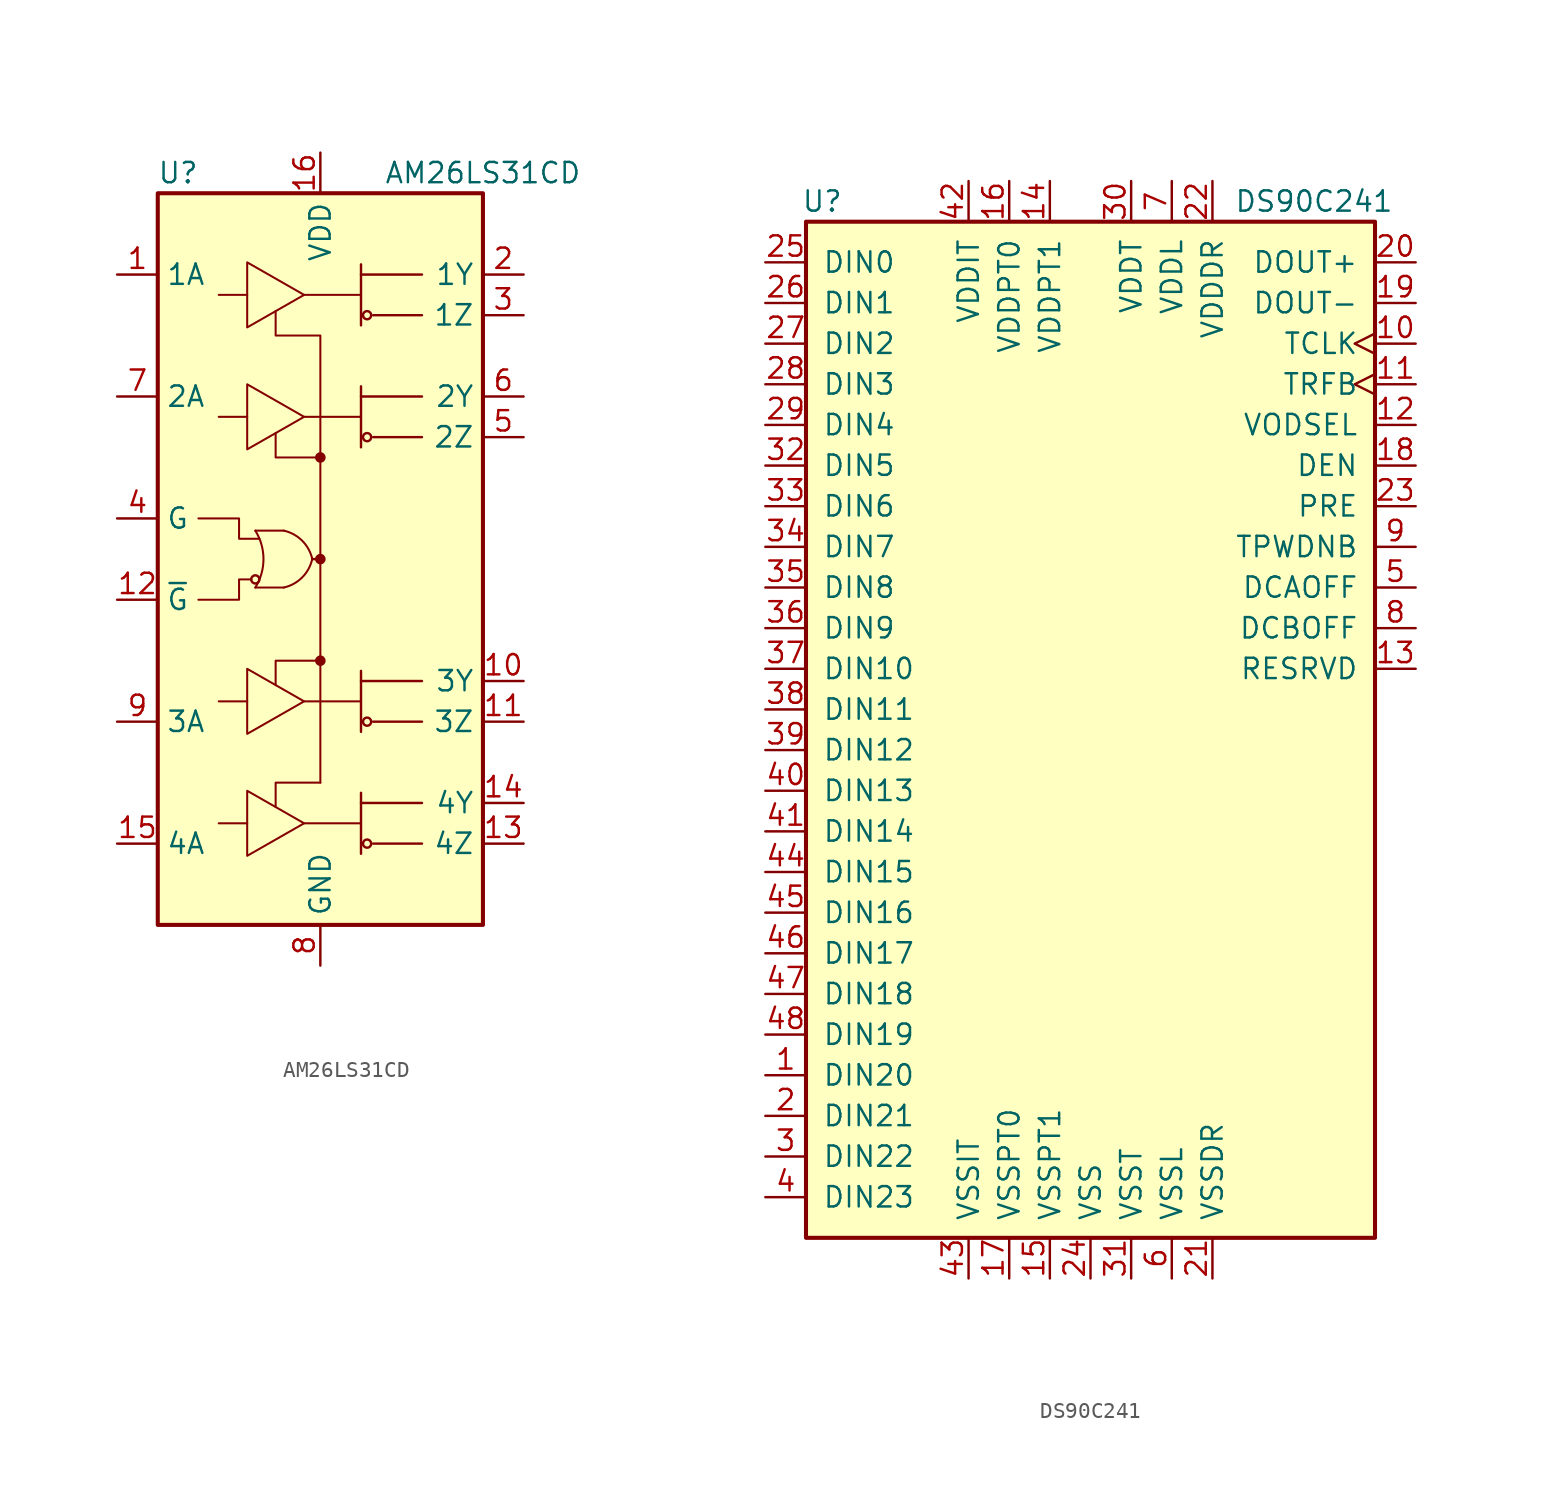
<source format=kicad_sym>
(kicad_symbol_lib
  (version 20241209)
  (generator "kicad_symbol_editor")
  (generator_version "9.0")
  (symbol "AM26LS31CD"
    (property "Reference" "U"
      (at -8.89 24.13 0)
      (effects (font (size 1.27 1.27))))
    (property "Value" "AM26LS31CD"
      (at 10.16 24.13 0)
      (effects (font (size 1.27 1.27))))
    (symbol "AM26LS31CD_0_1"
      (rectangle (start -10.16 22.86) (end 10.16 -22.86) (stroke (width 0.254) (type default)) (fill (type background)))
      (polyline (pts (xy -7.62 2.54) (xy -5.08 2.54) (xy -5.08 1.27) (xy -3.81 1.27)) (stroke (width 0.127) (type default)) (fill (type none)))
      (arc (start -4.064 1.778) (mid -3.5541 0) (end -4.064 -1.778) (stroke (width 0.127) (type default)) (fill (type none)))
      (polyline (pts (xy -4.572 18.542) (xy -4.572 14.478) (xy -1.016 16.51) (xy -4.572 18.542)) (stroke (width 0.127) (type default)) (fill (type none)))
      (polyline (pts (xy -4.318 -1.27) (xy -5.08 -1.27) (xy -5.08 -2.54) (xy -7.62 -2.54)) (stroke (width 0.127) (type default)) (fill (type none)))
      (circle (center -4.064 -1.27) (radius 0.254) (stroke (width 0) (type default)) (fill (type none)))
      (polyline (pts (xy -4.064 -1.778) (xy -2.286 -1.778)) (stroke (width 0.127) (type default)) (fill (type none)))
      (arc (start -0.508 0) (mid -1.1381 -1.1479) (end -2.286 -1.778) (stroke (width 0.127) (type default)) (fill (type none)))
      (arc (start -2.286 1.778) (mid -1.1381 1.1479) (end -0.508 0) (stroke (width 0.127) (type default)) (fill (type none)))
      (polyline (pts (xy -2.286 1.778) (xy -4.064 1.778)) (stroke (width 0.127) (type default)) (fill (type none)))
      (polyline (pts (xy -1.016 16.51) (xy 2.54 16.51)) (stroke (width 0.127) (type default)) (fill (type none)))
      (polyline (pts (xy -1.016 8.89) (xy 2.54 8.89)) (stroke (width 0.127) (type default)) (fill (type none)))
      (polyline (pts (xy -1.016 -8.89) (xy 2.54 -8.89)) (stroke (width 0.127) (type default)) (fill (type none)))
      (polyline (pts (xy -1.016 -16.51) (xy 2.54 -16.51)) (stroke (width 0.127) (type default)) (fill (type none)))
      (polyline (pts (xy -0.508 0) (xy 0 0)) (stroke (width 0) (type default)) (fill (type none)))
      (circle (center 0 6.35) (radius 0.254) (stroke (width 0) (type default)) (fill (type outline)))
      (polyline (pts (xy 0 6.35) (xy 0 0)) (stroke (width 0.127) (type default)) (fill (type none)))
      (polyline (pts (xy 0 6.35) (xy -2.794 6.35) (xy -2.794 7.874)) (stroke (width 0.127) (type default)) (fill (type none)))
      (polyline (pts (xy 0 6.35) (xy 0 13.97) (xy -2.794 13.97) (xy -2.794 15.494)) (stroke (width 0.127) (type default)) (fill (type none)))
      (polyline (pts (xy 0 0) (xy 0 -13.97)) (stroke (width 0.127) (type default)) (fill (type none)))
      (circle (center 0 0) (radius 0.254) (stroke (width 0) (type default)) (fill (type outline)))
      (polyline (pts (xy 0 -6.35) (xy -2.794 -6.35) (xy -2.794 -7.874)) (stroke (width 0.127) (type default)) (fill (type none)))
      (circle (center 0 -6.35) (radius 0.254) (stroke (width 0) (type default)) (fill (type outline)))
      (polyline (pts (xy 0 -13.97) (xy -2.794 -13.97) (xy -2.794 -15.494)) (stroke (width 0.127) (type default)) (fill (type none)))
      (polyline (pts (xy 2.54 17.78) (xy 6.35 17.78)) (stroke (width 0.152) (type default)) (fill (type none)))
      (polyline (pts (xy 2.54 14.605) (xy 2.54 18.415)) (stroke (width 0.152) (type default)) (fill (type none)))
      (polyline (pts (xy 2.54 10.16) (xy 6.35 10.16)) (stroke (width 0.152) (type default)) (fill (type none)))
      (polyline (pts (xy 2.54 6.985) (xy 2.54 10.795)) (stroke (width 0.152) (type default)) (fill (type none)))
      (polyline (pts (xy 2.54 -7.62) (xy 6.35 -7.62)) (stroke (width 0.152) (type default)) (fill (type none)))
      (polyline (pts (xy 2.54 -10.795) (xy 2.54 -6.985)) (stroke (width 0.152) (type default)) (fill (type none)))
      (polyline (pts (xy 2.54 -15.24) (xy 6.35 -15.24)) (stroke (width 0.152) (type default)) (fill (type none)))
      (polyline (pts (xy 2.54 -18.415) (xy 2.54 -14.605)) (stroke (width 0.152) (type default)) (fill (type none)))
      (circle (center 2.921 15.24) (radius 0.254) (stroke (width 0) (type default)) (fill (type none)))
      (circle (center 2.921 7.62) (radius 0.254) (stroke (width 0) (type default)) (fill (type none)))
      (circle (center 2.921 -10.16) (radius 0.254) (stroke (width 0) (type default)) (fill (type none)))
      (circle (center 2.921 -17.78) (radius 0.254) (stroke (width 0) (type default)) (fill (type none)))
      (polyline (pts (xy 6.35 15.24) (xy 3.302 15.24)) (stroke (width 0.152) (type default)) (fill (type none)))
      (polyline (pts (xy 6.35 7.62) (xy 3.302 7.62)) (stroke (width 0.152) (type default)) (fill (type none)))
      (polyline (pts (xy 6.35 -10.16) (xy 3.302 -10.16)) (stroke (width 0.152) (type default)) (fill (type none)))
      (polyline (pts (xy 6.35 -17.78) (xy 3.302 -17.78)) (stroke (width 0.152) (type default)) (fill (type none))))
    (symbol "AM26LS31CD_1_1"
      (polyline (pts (xy -6.35 16.51) (xy -4.572 16.51)) (stroke (width 0.127) (type default)) (fill (type none)))
      (polyline (pts (xy -6.35 8.89) (xy -4.572 8.89)) (stroke (width 0.127) (type default)) (fill (type none)))
      (polyline (pts (xy -6.35 -8.89) (xy -4.572 -8.89)) (stroke (width 0.127) (type default)) (fill (type none)))
      (polyline (pts (xy -6.35 -16.51) (xy -4.572 -16.51)) (stroke (width 0.127) (type default)) (fill (type none)))
      (polyline (pts (xy -4.572 10.922) (xy -4.572 6.858) (xy -1.016 8.89) (xy -4.572 10.922)) (stroke (width 0.127) (type default)) (fill (type none)))
      (polyline (pts (xy -4.572 -6.858) (xy -4.572 -10.922) (xy -1.016 -8.89) (xy -4.572 -6.858)) (stroke (width 0.127) (type default)) (fill (type none)))
      (polyline (pts (xy -4.572 -14.478) (xy -4.572 -18.542) (xy -1.016 -16.51) (xy -4.572 -14.478)) (stroke (width 0.127) (type default)) (fill (type none)))
      (pin input line (at -12.7 17.78 0) (length 2.54) (name "1A" (effects (font (size 1.27 1.27)))) (number "1" (effects (font (size 1.27 1.27)))))
      (pin input line (at -12.7 10.16 0) (length 2.54) (name "2A" (effects (font (size 1.27 1.27)))) (number "7" (effects (font (size 1.27 1.27)))))
      (pin input line (at -12.7 2.54 0) (length 2.54) (name "G" (effects (font (size 1.27 1.27)))) (number "4" (effects (font (size 1.27 1.27)))))
      (pin input line (at -12.7 -2.54 0) (length 2.54) (name "~{G}" (effects (font (size 1.27 1.27)))) (number "12" (effects (font (size 1.27 1.27)))))
      (pin input line (at -12.7 -10.16 0) (length 2.54) (name "3A" (effects (font (size 1.27 1.27)))) (number "9" (effects (font (size 1.27 1.27)))))
      (pin input line (at -12.7 -17.78 0) (length 2.54) (name "4A" (effects (font (size 1.27 1.27)))) (number "15" (effects (font (size 1.27 1.27)))))
      (pin power_in line (at 0 25.4 270) (length 2.54) (name "VDD" (effects (font (size 1.27 1.27)))) (number "16" (effects (font (size 1.27 1.27)))))
      (pin power_in line (at 0 -25.4 90) (length 2.54) (name "GND" (effects (font (size 1.27 1.27)))) (number "8" (effects (font (size 1.27 1.27)))))
      (pin tri_state line (at 12.7 17.78 180) (length 2.54) (name "1Y" (effects (font (size 1.27 1.27)))) (number "2" (effects (font (size 1.27 1.27)))))
      (pin tri_state line (at 12.7 15.24 180) (length 2.54) (name "1Z" (effects (font (size 1.27 1.27)))) (number "3" (effects (font (size 1.27 1.27)))))
      (pin tri_state line (at 12.7 10.16 180) (length 2.54) (name "2Y" (effects (font (size 1.27 1.27)))) (number "6" (effects (font (size 1.27 1.27)))))
      (pin tri_state line (at 12.7 7.62 180) (length 2.54) (name "2Z" (effects (font (size 1.27 1.27)))) (number "5" (effects (font (size 1.27 1.27)))))
      (pin tri_state line (at 12.7 -7.62 180) (length 2.54) (name "3Y" (effects (font (size 1.27 1.27)))) (number "10" (effects (font (size 1.27 1.27)))))
      (pin tri_state line (at 12.7 -10.16 180) (length 2.54) (name "3Z" (effects (font (size 1.27 1.27)))) (number "11" (effects (font (size 1.27 1.27)))))
      (pin tri_state line (at 12.7 -15.24 180) (length 2.54) (name "4Y" (effects (font (size 1.27 1.27)))) (number "14" (effects (font (size 1.27 1.27)))))
      (pin tri_state line (at 12.7 -17.78 180) (length 2.54) (name "4Z" (effects (font (size 1.27 1.27)))) (number "13" (effects (font (size 1.27 1.27)))))))
  (symbol "DS90C241"
    (pin_names
      (offset 1.016))
    (property "Reference" "U"
      (at -16.764 29.21 0)
      (effects (font (size 1.27 1.27))))
    (property "Value" "DS90C241"
      (at 13.97 29.21 0)
      (effects (font (size 1.27 1.27))))
    (symbol "DS90C241_0_1"
      (rectangle (start -17.78 27.94) (end 17.78 -35.56) (stroke (width 0.254) (type default)) (fill (type background))))
    (symbol "DS90C241_1_1"
      (pin input line (at -20.32 25.4 0) (length 2.54) (name "DIN0" (effects (font (size 1.27 1.27)))) (number "25" (effects (font (size 1.27 1.27)))))
      (pin input line (at -20.32 22.86 0) (length 2.54) (name "DIN1" (effects (font (size 1.27 1.27)))) (number "26" (effects (font (size 1.27 1.27)))))
      (pin input line (at -20.32 20.32 0) (length 2.54) (name "DIN2" (effects (font (size 1.27 1.27)))) (number "27" (effects (font (size 1.27 1.27)))))
      (pin input line (at -20.32 17.78 0) (length 2.54) (name "DIN3" (effects (font (size 1.27 1.27)))) (number "28" (effects (font (size 1.27 1.27)))))
      (pin input line (at -20.32 15.24 0) (length 2.54) (name "DIN4" (effects (font (size 1.27 1.27)))) (number "29" (effects (font (size 1.27 1.27)))))
      (pin input line (at -20.32 12.7 0) (length 2.54) (name "DIN5" (effects (font (size 1.27 1.27)))) (number "32" (effects (font (size 1.27 1.27)))))
      (pin input line (at -20.32 10.16 0) (length 2.54) (name "DIN6" (effects (font (size 1.27 1.27)))) (number "33" (effects (font (size 1.27 1.27)))))
      (pin input line (at -20.32 7.62 0) (length 2.54) (name "DIN7" (effects (font (size 1.27 1.27)))) (number "34" (effects (font (size 1.27 1.27)))))
      (pin input line (at -20.32 5.08 0) (length 2.54) (name "DIN8" (effects (font (size 1.27 1.27)))) (number "35" (effects (font (size 1.27 1.27)))))
      (pin input line (at -20.32 2.54 0) (length 2.54) (name "DIN9" (effects (font (size 1.27 1.27)))) (number "36" (effects (font (size 1.27 1.27)))))
      (pin input line (at -20.32 0 0) (length 2.54) (name "DIN10" (effects (font (size 1.27 1.27)))) (number "37" (effects (font (size 1.27 1.27)))))
      (pin input line (at -20.32 -2.54 0) (length 2.54) (name "DIN11" (effects (font (size 1.27 1.27)))) (number "38" (effects (font (size 1.27 1.27)))))
      (pin input line (at -20.32 -5.08 0) (length 2.54) (name "DIN12" (effects (font (size 1.27 1.27)))) (number "39" (effects (font (size 1.27 1.27)))))
      (pin input line (at -20.32 -7.62 0) (length 2.54) (name "DIN13" (effects (font (size 1.27 1.27)))) (number "40" (effects (font (size 1.27 1.27)))))
      (pin input line (at -20.32 -10.16 0) (length 2.54) (name "DIN14" (effects (font (size 1.27 1.27)))) (number "41" (effects (font (size 1.27 1.27)))))
      (pin input line (at -20.32 -12.7 0) (length 2.54) (name "DIN15" (effects (font (size 1.27 1.27)))) (number "44" (effects (font (size 1.27 1.27)))))
      (pin input line (at -20.32 -15.24 0) (length 2.54) (name "DIN16" (effects (font (size 1.27 1.27)))) (number "45" (effects (font (size 1.27 1.27)))))
      (pin input line (at -20.32 -17.78 0) (length 2.54) (name "DIN17" (effects (font (size 1.27 1.27)))) (number "46" (effects (font (size 1.27 1.27)))))
      (pin input line (at -20.32 -20.32 0) (length 2.54) (name "DIN18" (effects (font (size 1.27 1.27)))) (number "47" (effects (font (size 1.27 1.27)))))
      (pin input line (at -20.32 -22.86 0) (length 2.54) (name "DIN19" (effects (font (size 1.27 1.27)))) (number "48" (effects (font (size 1.27 1.27)))))
      (pin input line (at -20.32 -25.4 0) (length 2.54) (name "DIN20" (effects (font (size 1.27 1.27)))) (number "1" (effects (font (size 1.27 1.27)))))
      (pin input line (at -20.32 -27.94 0) (length 2.54) (name "DIN21" (effects (font (size 1.27 1.27)))) (number "2" (effects (font (size 1.27 1.27)))))
      (pin input line (at -20.32 -30.48 0) (length 2.54) (name "DIN22" (effects (font (size 1.27 1.27)))) (number "3" (effects (font (size 1.27 1.27)))))
      (pin input line (at -20.32 -33.02 0) (length 2.54) (name "DIN23" (effects (font (size 1.27 1.27)))) (number "4" (effects (font (size 1.27 1.27)))))
      (pin power_in line (at -7.62 30.48 270) (length 2.54) (name "VDDIT" (effects (font (size 1.27 1.27)))) (number "42" (effects (font (size 1.27 1.27)))))
      (pin power_in line (at -7.62 -38.1 90) (length 2.54) (name "VSSIT" (effects (font (size 1.27 1.27)))) (number "43" (effects (font (size 1.27 1.27)))))
      (pin power_in line (at -5.08 30.48 270) (length 2.54) (name "VDDPT0" (effects (font (size 1.27 1.27)))) (number "16" (effects (font (size 1.27 1.27)))))
      (pin power_in line (at -5.08 -38.1 90) (length 2.54) (name "VSSPT0" (effects (font (size 1.27 1.27)))) (number "17" (effects (font (size 1.27 1.27)))))
      (pin power_in line (at -2.54 30.48 270) (length 2.54) (name "VDDPT1" (effects (font (size 1.27 1.27)))) (number "14" (effects (font (size 1.27 1.27)))))
      (pin power_in line (at -2.54 -38.1 90) (length 2.54) (name "VSSPT1" (effects (font (size 1.27 1.27)))) (number "15" (effects (font (size 1.27 1.27)))))
      (pin power_in line (at 0 -38.1 90) (length 2.54) (name "VSS" (effects (font (size 1.27 1.27)))) (number "24" (effects (font (size 1.27 1.27)))))
      (pin power_in line (at 2.54 30.48 270) (length 2.54) (name "VDDT" (effects (font (size 1.27 1.27)))) (number "30" (effects (font (size 1.27 1.27)))))
      (pin power_in line (at 2.54 -38.1 90) (length 2.54) (name "VSST" (effects (font (size 1.27 1.27)))) (number "31" (effects (font (size 1.27 1.27)))))
      (pin power_in line (at 5.08 30.48 270) (length 2.54) (name "VDDL" (effects (font (size 1.27 1.27)))) (number "7" (effects (font (size 1.27 1.27)))))
      (pin power_in line (at 5.08 -38.1 90) (length 2.54) (name "VSSL" (effects (font (size 1.27 1.27)))) (number "6" (effects (font (size 1.27 1.27)))))
      (pin power_in line (at 7.62 30.48 270) (length 2.54) (name "VDDDR" (effects (font (size 1.27 1.27)))) (number "22" (effects (font (size 1.27 1.27)))))
      (pin power_in line (at 7.62 -38.1 90) (length 2.54) (name "VSSDR" (effects (font (size 1.27 1.27)))) (number "21" (effects (font (size 1.27 1.27)))))
      (pin output line (at 20.32 25.4 180) (length 2.54) (name "DOUT+" (effects (font (size 1.27 1.27)))) (number "20" (effects (font (size 1.27 1.27)))))
      (pin output line (at 20.32 22.86 180) (length 2.54) (name "DOUT-" (effects (font (size 1.27 1.27)))) (number "19" (effects (font (size 1.27 1.27)))))
      (pin input clock (at 20.32 20.32 180) (length 2.54) (name "TCLK" (effects (font (size 1.27 1.27)))) (number "10" (effects (font (size 1.27 1.27)))))
      (pin input clock (at 20.32 17.78 180) (length 2.54) (name "TRFB" (effects (font (size 1.27 1.27)))) (number "11" (effects (font (size 1.27 1.27)))))
      (pin input line (at 20.32 15.24 180) (length 2.54) (name "VODSEL" (effects (font (size 1.27 1.27)))) (number "12" (effects (font (size 1.27 1.27)))))
      (pin input line (at 20.32 12.7 180) (length 2.54) (name "DEN" (effects (font (size 1.27 1.27)))) (number "18" (effects (font (size 1.27 1.27)))))
      (pin input line (at 20.32 10.16 180) (length 2.54) (name "PRE" (effects (font (size 1.27 1.27)))) (number "23" (effects (font (size 1.27 1.27)))))
      (pin input line (at 20.32 7.62 180) (length 2.54) (name "TPWDNB" (effects (font (size 1.27 1.27)))) (number "9" (effects (font (size 1.27 1.27)))))
      (pin input line (at 20.32 5.08 180) (length 2.54) (name "DCAOFF" (effects (font (size 1.27 1.27)))) (number "5" (effects (font (size 1.27 1.27)))))
      (pin input line (at 20.32 2.54 180) (length 2.54) (name "DCBOFF" (effects (font (size 1.27 1.27)))) (number "8" (effects (font (size 1.27 1.27)))))
      (pin input line (at 20.32 0 180) (length 2.54) (name "RESRVD" (effects (font (size 1.27 1.27)))) (number "13" (effects (font (size 1.27 1.27))))))))
</source>
